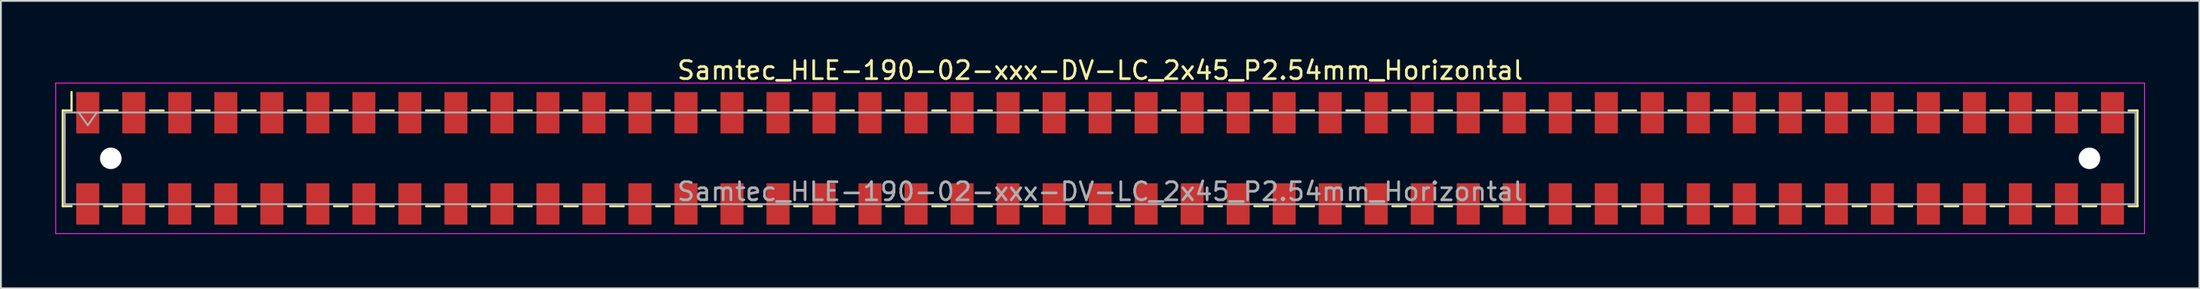
<source format=kicad_pcb>
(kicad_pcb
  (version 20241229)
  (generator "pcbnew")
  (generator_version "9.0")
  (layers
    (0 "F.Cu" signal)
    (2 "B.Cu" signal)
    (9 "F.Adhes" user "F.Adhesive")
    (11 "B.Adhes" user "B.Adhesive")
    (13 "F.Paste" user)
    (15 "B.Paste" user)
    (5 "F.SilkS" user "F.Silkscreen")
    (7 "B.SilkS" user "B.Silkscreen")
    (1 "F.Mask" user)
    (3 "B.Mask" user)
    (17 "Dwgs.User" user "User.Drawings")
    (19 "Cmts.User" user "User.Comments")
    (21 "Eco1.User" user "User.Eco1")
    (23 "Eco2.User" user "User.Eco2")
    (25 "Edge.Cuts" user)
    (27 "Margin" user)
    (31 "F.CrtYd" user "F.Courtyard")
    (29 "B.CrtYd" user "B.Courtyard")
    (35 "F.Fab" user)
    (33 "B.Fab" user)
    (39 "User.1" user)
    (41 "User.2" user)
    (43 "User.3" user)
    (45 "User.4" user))
  (footprint "Samtec_HLE-190-02-xxx-DV-LC_2x45_P2.54mm_Horizontal"
    (layer "F.Cu")
    (at 57.675 5.718)
    (property "Reference" "Samtec_HLE-190-02-xxx-DV-LC_2x45_P2.54mm_Horizontal" (at 0 -4.87 0) (layer "F.SilkS") (effects (font (size 1 1) (thickness 0.15))))
    (attr smd)
    (fp_line (start -57.26 -2.65) (end -57.26 2.65) (stroke (width 0.12) (type solid)) (layer "F.SilkS"))
    (fp_line (start -57.26 2.65) (end -56.775 2.65) (stroke (width 0.12) (type solid)) (layer "F.SilkS"))
    (fp_line (start -56.775 -3.67) (end -56.775 -2.65) (stroke (width 0.12) (type solid)) (layer "F.SilkS"))
    (fp_line (start -56.775 -2.65) (end -57.26 -2.65) (stroke (width 0.12) (type solid)) (layer "F.SilkS"))
    (fp_line (start -54.985 -2.65) (end -54.235 -2.65) (stroke (width 0.12) (type solid)) (layer "F.SilkS"))
    (fp_line (start -54.985 2.65) (end -54.235 2.65) (stroke (width 0.12) (type solid)) (layer "F.SilkS"))
    (fp_line (start -52.445 -2.65) (end -51.695 -2.65) (stroke (width 0.12) (type solid)) (layer "F.SilkS"))
    (fp_line (start -52.445 2.65) (end -51.695 2.65) (stroke (width 0.12) (type solid)) (layer "F.SilkS"))
    (fp_line (start -49.905 -2.65) (end -49.155 -2.65) (stroke (width 0.12) (type solid)) (layer "F.SilkS"))
    (fp_line (start -49.905 2.65) (end -49.155 2.65) (stroke (width 0.12) (type solid)) (layer "F.SilkS"))
    (fp_line (start -47.365 -2.65) (end -46.615 -2.65) (stroke (width 0.12) (type solid)) (layer "F.SilkS"))
    (fp_line (start -47.365 2.65) (end -46.615 2.65) (stroke (width 0.12) (type solid)) (layer "F.SilkS"))
    (fp_line (start -44.825 -2.65) (end -44.075 -2.65) (stroke (width 0.12) (type solid)) (layer "F.SilkS"))
    (fp_line (start -44.825 2.65) (end -44.075 2.65) (stroke (width 0.12) (type solid)) (layer "F.SilkS"))
    (fp_line (start -42.285 -2.65) (end -41.535 -2.65) (stroke (width 0.12) (type solid)) (layer "F.SilkS"))
    (fp_line (start -42.285 2.65) (end -41.535 2.65) (stroke (width 0.12) (type solid)) (layer "F.SilkS"))
    (fp_line (start -39.745 -2.65) (end -38.995 -2.65) (stroke (width 0.12) (type solid)) (layer "F.SilkS"))
    (fp_line (start -39.745 2.65) (end -38.995 2.65) (stroke (width 0.12) (type solid)) (layer "F.SilkS"))
    (fp_line (start -37.205 -2.65) (end -36.455 -2.65) (stroke (width 0.12) (type solid)) (layer "F.SilkS"))
    (fp_line (start -37.205 2.65) (end -36.455 2.65) (stroke (width 0.12) (type solid)) (layer "F.SilkS"))
    (fp_line (start -34.665 -2.65) (end -33.915 -2.65) (stroke (width 0.12) (type solid)) (layer "F.SilkS"))
    (fp_line (start -34.665 2.65) (end -33.915 2.65) (stroke (width 0.12) (type solid)) (layer "F.SilkS"))
    (fp_line (start -32.125 -2.65) (end -31.375 -2.65) (stroke (width 0.12) (type solid)) (layer "F.SilkS"))
    (fp_line (start -32.125 2.65) (end -31.375 2.65) (stroke (width 0.12) (type solid)) (layer "F.SilkS"))
    (fp_line (start -29.585 -2.65) (end -28.835 -2.65) (stroke (width 0.12) (type solid)) (layer "F.SilkS"))
    (fp_line (start -29.585 2.65) (end -28.835 2.65) (stroke (width 0.12) (type solid)) (layer "F.SilkS"))
    (fp_line (start -27.045 -2.65) (end -26.295 -2.65) (stroke (width 0.12) (type solid)) (layer "F.SilkS"))
    (fp_line (start -27.045 2.65) (end -26.295 2.65) (stroke (width 0.12) (type solid)) (layer "F.SilkS"))
    (fp_line (start -24.505 -2.65) (end -23.755 -2.65) (stroke (width 0.12) (type solid)) (layer "F.SilkS"))
    (fp_line (start -24.505 2.65) (end -23.755 2.65) (stroke (width 0.12) (type solid)) (layer "F.SilkS"))
    (fp_line (start -21.965 -2.65) (end -21.215 -2.65) (stroke (width 0.12) (type solid)) (layer "F.SilkS"))
    (fp_line (start -21.965 2.65) (end -21.215 2.65) (stroke (width 0.12) (type solid)) (layer "F.SilkS"))
    (fp_line (start -19.425 -2.65) (end -18.675 -2.65) (stroke (width 0.12) (type solid)) (layer "F.SilkS"))
    (fp_line (start -19.425 2.65) (end -18.675 2.65) (stroke (width 0.12) (type solid)) (layer "F.SilkS"))
    (fp_line (start -16.885 -2.65) (end -16.135 -2.65) (stroke (width 0.12) (type solid)) (layer "F.SilkS"))
    (fp_line (start -16.885 2.65) (end -16.135 2.65) (stroke (width 0.12) (type solid)) (layer "F.SilkS"))
    (fp_line (start -14.345 -2.65) (end -13.595 -2.65) (stroke (width 0.12) (type solid)) (layer "F.SilkS"))
    (fp_line (start -14.345 2.65) (end -13.595 2.65) (stroke (width 0.12) (type solid)) (layer "F.SilkS"))
    (fp_line (start -11.805 -2.65) (end -11.055 -2.65) (stroke (width 0.12) (type solid)) (layer "F.SilkS"))
    (fp_line (start -11.805 2.65) (end -11.055 2.65) (stroke (width 0.12) (type solid)) (layer "F.SilkS"))
    (fp_line (start -9.265 -2.65) (end -8.515 -2.65) (stroke (width 0.12) (type solid)) (layer "F.SilkS"))
    (fp_line (start -9.265 2.65) (end -8.515 2.65) (stroke (width 0.12) (type solid)) (layer "F.SilkS"))
    (fp_line (start -6.725 -2.65) (end -5.975 -2.65) (stroke (width 0.12) (type solid)) (layer "F.SilkS"))
    (fp_line (start -6.725 2.65) (end -5.975 2.65) (stroke (width 0.12) (type solid)) (layer "F.SilkS"))
    (fp_line (start -4.185 -2.65) (end -3.435 -2.65) (stroke (width 0.12) (type solid)) (layer "F.SilkS"))
    (fp_line (start -4.185 2.65) (end -3.435 2.65) (stroke (width 0.12) (type solid)) (layer "F.SilkS"))
    (fp_line (start -1.645 -2.65) (end -0.895 -2.65) (stroke (width 0.12) (type solid)) (layer "F.SilkS"))
    (fp_line (start -1.645 2.65) (end -0.895 2.65) (stroke (width 0.12) (type solid)) (layer "F.SilkS"))
    (fp_line (start 0.895 -2.65) (end 1.645 -2.65) (stroke (width 0.12) (type solid)) (layer "F.SilkS"))
    (fp_line (start 0.895 2.65) (end 1.645 2.65) (stroke (width 0.12) (type solid)) (layer "F.SilkS"))
    (fp_line (start 3.435 -2.65) (end 4.185 -2.65) (stroke (width 0.12) (type solid)) (layer "F.SilkS"))
    (fp_line (start 3.435 2.65) (end 4.185 2.65) (stroke (width 0.12) (type solid)) (layer "F.SilkS"))
    (fp_line (start 5.975 -2.65) (end 6.725 -2.65) (stroke (width 0.12) (type solid)) (layer "F.SilkS"))
    (fp_line (start 5.975 2.65) (end 6.725 2.65) (stroke (width 0.12) (type solid)) (layer "F.SilkS"))
    (fp_line (start 8.515 -2.65) (end 9.265 -2.65) (stroke (width 0.12) (type solid)) (layer "F.SilkS"))
    (fp_line (start 8.515 2.65) (end 9.265 2.65) (stroke (width 0.12) (type solid)) (layer "F.SilkS"))
    (fp_line (start 11.055 -2.65) (end 11.805 -2.65) (stroke (width 0.12) (type solid)) (layer "F.SilkS"))
    (fp_line (start 11.055 2.65) (end 11.805 2.65) (stroke (width 0.12) (type solid)) (layer "F.SilkS"))
    (fp_line (start 13.595 -2.65) (end 14.345 -2.65) (stroke (width 0.12) (type solid)) (layer "F.SilkS"))
    (fp_line (start 13.595 2.65) (end 14.345 2.65) (stroke (width 0.12) (type solid)) (layer "F.SilkS"))
    (fp_line (start 16.135 -2.65) (end 16.885 -2.65) (stroke (width 0.12) (type solid)) (layer "F.SilkS"))
    (fp_line (start 16.135 2.65) (end 16.885 2.65) (stroke (width 0.12) (type solid)) (layer "F.SilkS"))
    (fp_line (start 18.675 -2.65) (end 19.425 -2.65) (stroke (width 0.12) (type solid)) (layer "F.SilkS"))
    (fp_line (start 18.675 2.65) (end 19.425 2.65) (stroke (width 0.12) (type solid)) (layer "F.SilkS"))
    (fp_line (start 21.215 -2.65) (end 21.965 -2.65) (stroke (width 0.12) (type solid)) (layer "F.SilkS"))
    (fp_line (start 21.215 2.65) (end 21.965 2.65) (stroke (width 0.12) (type solid)) (layer "F.SilkS"))
    (fp_line (start 23.755 -2.65) (end 24.505 -2.65) (stroke (width 0.12) (type solid)) (layer "F.SilkS"))
    (fp_line (start 23.755 2.65) (end 24.505 2.65) (stroke (width 0.12) (type solid)) (layer "F.SilkS"))
    (fp_line (start 26.295 -2.65) (end 27.045 -2.65) (stroke (width 0.12) (type solid)) (layer "F.SilkS"))
    (fp_line (start 26.295 2.65) (end 27.045 2.65) (stroke (width 0.12) (type solid)) (layer "F.SilkS"))
    (fp_line (start 28.835 -2.65) (end 29.585 -2.65) (stroke (width 0.12) (type solid)) (layer "F.SilkS"))
    (fp_line (start 28.835 2.65) (end 29.585 2.65) (stroke (width 0.12) (type solid)) (layer "F.SilkS"))
    (fp_line (start 31.375 -2.65) (end 32.125 -2.65) (stroke (width 0.12) (type solid)) (layer "F.SilkS"))
    (fp_line (start 31.375 2.65) (end 32.125 2.65) (stroke (width 0.12) (type solid)) (layer "F.SilkS"))
    (fp_line (start 33.915 -2.65) (end 34.665 -2.65) (stroke (width 0.12) (type solid)) (layer "F.SilkS"))
    (fp_line (start 33.915 2.65) (end 34.665 2.65) (stroke (width 0.12) (type solid)) (layer "F.SilkS"))
    (fp_line (start 36.455 -2.65) (end 37.205 -2.65) (stroke (width 0.12) (type solid)) (layer "F.SilkS"))
    (fp_line (start 36.455 2.65) (end 37.205 2.65) (stroke (width 0.12) (type solid)) (layer "F.SilkS"))
    (fp_line (start 38.995 -2.65) (end 39.745 -2.65) (stroke (width 0.12) (type solid)) (layer "F.SilkS"))
    (fp_line (start 38.995 2.65) (end 39.745 2.65) (stroke (width 0.12) (type solid)) (layer "F.SilkS"))
    (fp_line (start 41.535 -2.65) (end 42.285 -2.65) (stroke (width 0.12) (type solid)) (layer "F.SilkS"))
    (fp_line (start 41.535 2.65) (end 42.285 2.65) (stroke (width 0.12) (type solid)) (layer "F.SilkS"))
    (fp_line (start 44.075 -2.65) (end 44.825 -2.65) (stroke (width 0.12) (type solid)) (layer "F.SilkS"))
    (fp_line (start 44.075 2.65) (end 44.825 2.65) (stroke (width 0.12) (type solid)) (layer "F.SilkS"))
    (fp_line (start 46.615 -2.65) (end 47.365 -2.65) (stroke (width 0.12) (type solid)) (layer "F.SilkS"))
    (fp_line (start 46.615 2.65) (end 47.365 2.65) (stroke (width 0.12) (type solid)) (layer "F.SilkS"))
    (fp_line (start 49.155 -2.65) (end 49.905 -2.65) (stroke (width 0.12) (type solid)) (layer "F.SilkS"))
    (fp_line (start 49.155 2.65) (end 49.905 2.65) (stroke (width 0.12) (type solid)) (layer "F.SilkS"))
    (fp_line (start 51.695 -2.65) (end 52.445 -2.65) (stroke (width 0.12) (type solid)) (layer "F.SilkS"))
    (fp_line (start 51.695 2.65) (end 52.445 2.65) (stroke (width 0.12) (type solid)) (layer "F.SilkS"))
    (fp_line (start 54.235 -2.65) (end 54.985 -2.65) (stroke (width 0.12) (type solid)) (layer "F.SilkS"))
    (fp_line (start 54.235 2.65) (end 54.985 2.65) (stroke (width 0.12) (type solid)) (layer "F.SilkS"))
    (fp_line (start 56.775 -2.65) (end 57.26 -2.65) (stroke (width 0.12) (type solid)) (layer "F.SilkS"))
    (fp_line (start 57.26 -2.65) (end 57.26 2.65) (stroke (width 0.12) (type solid)) (layer "F.SilkS"))
    (fp_line (start 57.26 2.65) (end 56.775 2.65) (stroke (width 0.12) (type solid)) (layer "F.SilkS"))
    (fp_line (start -57.65 -4.17) (end 57.65 -4.17) (stroke (width 0.05) (type solid)) (layer "F.CrtYd"))
    (fp_line (start -57.65 4.17) (end -57.65 -4.17) (stroke (width 0.05) (type solid)) (layer "F.CrtYd"))
    (fp_line (start 57.65 -4.17) (end 57.65 4.17) (stroke (width 0.05) (type solid)) (layer "F.CrtYd"))
    (fp_line (start 57.65 4.17) (end -57.65 4.17) (stroke (width 0.05) (type solid)) (layer "F.CrtYd"))
    (fp_line (start -57.15 -2.54) (end 57.15 -2.54) (stroke (width 0.1) (type solid)) (layer "F.Fab"))
    (fp_line (start -57.15 2.54) (end -57.15 -2.54) (stroke (width 0.1) (type solid)) (layer "F.Fab"))
    (fp_line (start -56.38 -2.54) (end -55.88 -1.833) (stroke (width 0.1) (type solid)) (layer "F.Fab"))
    (fp_line (start -55.88 -1.833) (end -55.38 -2.54) (stroke (width 0.1) (type solid)) (layer "F.Fab"))
    (fp_line (start 57.15 -2.54) (end 57.15 2.54) (stroke (width 0.1) (type solid)) (layer "F.Fab"))
    (fp_line (start 57.15 2.54) (end -57.15 2.54) (stroke (width 0.1) (type solid)) (layer "F.Fab"))
    (fp_text user "${REFERENCE}" (at 0 1.84 0) (layer "F.Fab") (effects (font (size 1 1) (thickness 0.15))))
    (pad "" np_thru_hole circle (at -54.61 0) (size 1.19 1.19) (drill 1.19) (layers "*.Cu" "*.Mask"))
    (pad "" np_thru_hole circle (at 54.61 0) (size 1.19 1.19) (drill 1.19) (layers "*.Cu" "*.Mask"))
    (pad "1" smd rect (at -55.88 -2.525) (size 1.27 2.29) (layers "F.Cu" "F.Mask" "F.Paste"))
    (pad "2" smd rect (at -55.88 2.525) (size 1.27 2.29) (layers "F.Cu" "F.Mask" "F.Paste"))
    (pad "3" smd rect (at -53.34 -2.525) (size 1.27 2.29) (layers "F.Cu" "F.Mask" "F.Paste"))
    (pad "4" smd rect (at -53.34 2.525) (size 1.27 2.29) (layers "F.Cu" "F.Mask" "F.Paste"))
    (pad "5" smd rect (at -50.8 -2.525) (size 1.27 2.29) (layers "F.Cu" "F.Mask" "F.Paste"))
    (pad "6" smd rect (at -50.8 2.525) (size 1.27 2.29) (layers "F.Cu" "F.Mask" "F.Paste"))
    (pad "7" smd rect (at -48.26 -2.525) (size 1.27 2.29) (layers "F.Cu" "F.Mask" "F.Paste"))
    (pad "8" smd rect (at -48.26 2.525) (size 1.27 2.29) (layers "F.Cu" "F.Mask" "F.Paste"))
    (pad "9" smd rect (at -45.72 -2.525) (size 1.27 2.29) (layers "F.Cu" "F.Mask" "F.Paste"))
    (pad "10" smd rect (at -45.72 2.525) (size 1.27 2.29) (layers "F.Cu" "F.Mask" "F.Paste"))
    (pad "11" smd rect (at -43.18 -2.525) (size 1.27 2.29) (layers "F.Cu" "F.Mask" "F.Paste"))
    (pad "12" smd rect (at -43.18 2.525) (size 1.27 2.29) (layers "F.Cu" "F.Mask" "F.Paste"))
    (pad "13" smd rect (at -40.64 -2.525) (size 1.27 2.29) (layers "F.Cu" "F.Mask" "F.Paste"))
    (pad "14" smd rect (at -40.64 2.525) (size 1.27 2.29) (layers "F.Cu" "F.Mask" "F.Paste"))
    (pad "15" smd rect (at -38.1 -2.525) (size 1.27 2.29) (layers "F.Cu" "F.Mask" "F.Paste"))
    (pad "16" smd rect (at -38.1 2.525) (size 1.27 2.29) (layers "F.Cu" "F.Mask" "F.Paste"))
    (pad "17" smd rect (at -35.56 -2.525) (size 1.27 2.29) (layers "F.Cu" "F.Mask" "F.Paste"))
    (pad "18" smd rect (at -35.56 2.525) (size 1.27 2.29) (layers "F.Cu" "F.Mask" "F.Paste"))
    (pad "19" smd rect (at -33.02 -2.525) (size 1.27 2.29) (layers "F.Cu" "F.Mask" "F.Paste"))
    (pad "20" smd rect (at -33.02 2.525) (size 1.27 2.29) (layers "F.Cu" "F.Mask" "F.Paste"))
    (pad "21" smd rect (at -30.48 -2.525) (size 1.27 2.29) (layers "F.Cu" "F.Mask" "F.Paste"))
    (pad "22" smd rect (at -30.48 2.525) (size 1.27 2.29) (layers "F.Cu" "F.Mask" "F.Paste"))
    (pad "23" smd rect (at -27.94 -2.525) (size 1.27 2.29) (layers "F.Cu" "F.Mask" "F.Paste"))
    (pad "24" smd rect (at -27.94 2.525) (size 1.27 2.29) (layers "F.Cu" "F.Mask" "F.Paste"))
    (pad "25" smd rect (at -25.4 -2.525) (size 1.27 2.29) (layers "F.Cu" "F.Mask" "F.Paste"))
    (pad "26" smd rect (at -25.4 2.525) (size 1.27 2.29) (layers "F.Cu" "F.Mask" "F.Paste"))
    (pad "27" smd rect (at -22.86 -2.525) (size 1.27 2.29) (layers "F.Cu" "F.Mask" "F.Paste"))
    (pad "28" smd rect (at -22.86 2.525) (size 1.27 2.29) (layers "F.Cu" "F.Mask" "F.Paste"))
    (pad "29" smd rect (at -20.32 -2.525) (size 1.27 2.29) (layers "F.Cu" "F.Mask" "F.Paste"))
    (pad "30" smd rect (at -20.32 2.525) (size 1.27 2.29) (layers "F.Cu" "F.Mask" "F.Paste"))
    (pad "31" smd rect (at -17.78 -2.525) (size 1.27 2.29) (layers "F.Cu" "F.Mask" "F.Paste"))
    (pad "32" smd rect (at -17.78 2.525) (size 1.27 2.29) (layers "F.Cu" "F.Mask" "F.Paste"))
    (pad "33" smd rect (at -15.24 -2.525) (size 1.27 2.29) (layers "F.Cu" "F.Mask" "F.Paste"))
    (pad "34" smd rect (at -15.24 2.525) (size 1.27 2.29) (layers "F.Cu" "F.Mask" "F.Paste"))
    (pad "35" smd rect (at -12.7 -2.525) (size 1.27 2.29) (layers "F.Cu" "F.Mask" "F.Paste"))
    (pad "36" smd rect (at -12.7 2.525) (size 1.27 2.29) (layers "F.Cu" "F.Mask" "F.Paste"))
    (pad "37" smd rect (at -10.16 -2.525) (size 1.27 2.29) (layers "F.Cu" "F.Mask" "F.Paste"))
    (pad "38" smd rect (at -10.16 2.525) (size 1.27 2.29) (layers "F.Cu" "F.Mask" "F.Paste"))
    (pad "39" smd rect (at -7.62 -2.525) (size 1.27 2.29) (layers "F.Cu" "F.Mask" "F.Paste"))
    (pad "40" smd rect (at -7.62 2.525) (size 1.27 2.29) (layers "F.Cu" "F.Mask" "F.Paste"))
    (pad "41" smd rect (at -5.08 -2.525) (size 1.27 2.29) (layers "F.Cu" "F.Mask" "F.Paste"))
    (pad "42" smd rect (at -5.08 2.525) (size 1.27 2.29) (layers "F.Cu" "F.Mask" "F.Paste"))
    (pad "43" smd rect (at -2.54 -2.525) (size 1.27 2.29) (layers "F.Cu" "F.Mask" "F.Paste"))
    (pad "44" smd rect (at -2.54 2.525) (size 1.27 2.29) (layers "F.Cu" "F.Mask" "F.Paste"))
    (pad "45" smd rect (at 0 -2.525) (size 1.27 2.29) (layers "F.Cu" "F.Mask" "F.Paste"))
    (pad "46" smd rect (at 0 2.525) (size 1.27 2.29) (layers "F.Cu" "F.Mask" "F.Paste"))
    (pad "47" smd rect (at 2.54 -2.525) (size 1.27 2.29) (layers "F.Cu" "F.Mask" "F.Paste"))
    (pad "48" smd rect (at 2.54 2.525) (size 1.27 2.29) (layers "F.Cu" "F.Mask" "F.Paste"))
    (pad "49" smd rect (at 5.08 -2.525) (size 1.27 2.29) (layers "F.Cu" "F.Mask" "F.Paste"))
    (pad "50" smd rect (at 5.08 2.525) (size 1.27 2.29) (layers "F.Cu" "F.Mask" "F.Paste"))
    (pad "51" smd rect (at 7.62 -2.525) (size 1.27 2.29) (layers "F.Cu" "F.Mask" "F.Paste"))
    (pad "52" smd rect (at 7.62 2.525) (size 1.27 2.29) (layers "F.Cu" "F.Mask" "F.Paste"))
    (pad "53" smd rect (at 10.16 -2.525) (size 1.27 2.29) (layers "F.Cu" "F.Mask" "F.Paste"))
    (pad "54" smd rect (at 10.16 2.525) (size 1.27 2.29) (layers "F.Cu" "F.Mask" "F.Paste"))
    (pad "55" smd rect (at 12.7 -2.525) (size 1.27 2.29) (layers "F.Cu" "F.Mask" "F.Paste"))
    (pad "56" smd rect (at 12.7 2.525) (size 1.27 2.29) (layers "F.Cu" "F.Mask" "F.Paste"))
    (pad "57" smd rect (at 15.24 -2.525) (size 1.27 2.29) (layers "F.Cu" "F.Mask" "F.Paste"))
    (pad "58" smd rect (at 15.24 2.525) (size 1.27 2.29) (layers "F.Cu" "F.Mask" "F.Paste"))
    (pad "59" smd rect (at 17.78 -2.525) (size 1.27 2.29) (layers "F.Cu" "F.Mask" "F.Paste"))
    (pad "60" smd rect (at 17.78 2.525) (size 1.27 2.29) (layers "F.Cu" "F.Mask" "F.Paste"))
    (pad "61" smd rect (at 20.32 -2.525) (size 1.27 2.29) (layers "F.Cu" "F.Mask" "F.Paste"))
    (pad "62" smd rect (at 20.32 2.525) (size 1.27 2.29) (layers "F.Cu" "F.Mask" "F.Paste"))
    (pad "63" smd rect (at 22.86 -2.525) (size 1.27 2.29) (layers "F.Cu" "F.Mask" "F.Paste"))
    (pad "64" smd rect (at 22.86 2.525) (size 1.27 2.29) (layers "F.Cu" "F.Mask" "F.Paste"))
    (pad "65" smd rect (at 25.4 -2.525) (size 1.27 2.29) (layers "F.Cu" "F.Mask" "F.Paste"))
    (pad "66" smd rect (at 25.4 2.525) (size 1.27 2.29) (layers "F.Cu" "F.Mask" "F.Paste"))
    (pad "67" smd rect (at 27.94 -2.525) (size 1.27 2.29) (layers "F.Cu" "F.Mask" "F.Paste"))
    (pad "68" smd rect (at 27.94 2.525) (size 1.27 2.29) (layers "F.Cu" "F.Mask" "F.Paste"))
    (pad "69" smd rect (at 30.48 -2.525) (size 1.27 2.29) (layers "F.Cu" "F.Mask" "F.Paste"))
    (pad "70" smd rect (at 30.48 2.525) (size 1.27 2.29) (layers "F.Cu" "F.Mask" "F.Paste"))
    (pad "71" smd rect (at 33.02 -2.525) (size 1.27 2.29) (layers "F.Cu" "F.Mask" "F.Paste"))
    (pad "72" smd rect (at 33.02 2.525) (size 1.27 2.29) (layers "F.Cu" "F.Mask" "F.Paste"))
    (pad "73" smd rect (at 35.56 -2.525) (size 1.27 2.29) (layers "F.Cu" "F.Mask" "F.Paste"))
    (pad "74" smd rect (at 35.56 2.525) (size 1.27 2.29) (layers "F.Cu" "F.Mask" "F.Paste"))
    (pad "75" smd rect (at 38.1 -2.525) (size 1.27 2.29) (layers "F.Cu" "F.Mask" "F.Paste"))
    (pad "76" smd rect (at 38.1 2.525) (size 1.27 2.29) (layers "F.Cu" "F.Mask" "F.Paste"))
    (pad "77" smd rect (at 40.64 -2.525) (size 1.27 2.29) (layers "F.Cu" "F.Mask" "F.Paste"))
    (pad "78" smd rect (at 40.64 2.525) (size 1.27 2.29) (layers "F.Cu" "F.Mask" "F.Paste"))
    (pad "79" smd rect (at 43.18 -2.525) (size 1.27 2.29) (layers "F.Cu" "F.Mask" "F.Paste"))
    (pad "80" smd rect (at 43.18 2.525) (size 1.27 2.29) (layers "F.Cu" "F.Mask" "F.Paste"))
    (pad "81" smd rect (at 45.72 -2.525) (size 1.27 2.29) (layers "F.Cu" "F.Mask" "F.Paste"))
    (pad "82" smd rect (at 45.72 2.525) (size 1.27 2.29) (layers "F.Cu" "F.Mask" "F.Paste"))
    (pad "83" smd rect (at 48.26 -2.525) (size 1.27 2.29) (layers "F.Cu" "F.Mask" "F.Paste"))
    (pad "84" smd rect (at 48.26 2.525) (size 1.27 2.29) (layers "F.Cu" "F.Mask" "F.Paste"))
    (pad "85" smd rect (at 50.8 -2.525) (size 1.27 2.29) (layers "F.Cu" "F.Mask" "F.Paste"))
    (pad "86" smd rect (at 50.8 2.525) (size 1.27 2.29) (layers "F.Cu" "F.Mask" "F.Paste"))
    (pad "87" smd rect (at 53.34 -2.525) (size 1.27 2.29) (layers "F.Cu" "F.Mask" "F.Paste"))
    (pad "88" smd rect (at 53.34 2.525) (size 1.27 2.29) (layers "F.Cu" "F.Mask" "F.Paste"))
    (pad "89" smd rect (at 55.88 -2.525) (size 1.27 2.29) (layers "F.Cu" "F.Mask" "F.Paste"))
    (pad "90" smd rect (at 55.88 2.525) (size 1.27 2.29) (layers "F.Cu" "F.Mask" "F.Paste")))
  (gr_rect
    (start -3 -3)
    (end 118.35 12.913)
    (stroke (width 0.1) (type default))
    (fill no)
    (layer "Edge.Cuts")))
</source>
